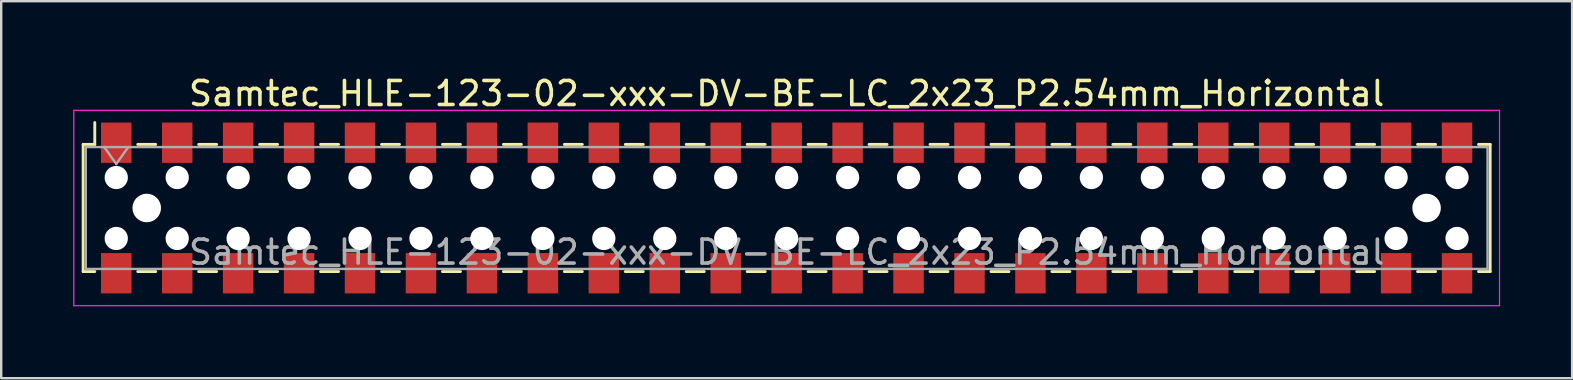
<source format=kicad_pcb>
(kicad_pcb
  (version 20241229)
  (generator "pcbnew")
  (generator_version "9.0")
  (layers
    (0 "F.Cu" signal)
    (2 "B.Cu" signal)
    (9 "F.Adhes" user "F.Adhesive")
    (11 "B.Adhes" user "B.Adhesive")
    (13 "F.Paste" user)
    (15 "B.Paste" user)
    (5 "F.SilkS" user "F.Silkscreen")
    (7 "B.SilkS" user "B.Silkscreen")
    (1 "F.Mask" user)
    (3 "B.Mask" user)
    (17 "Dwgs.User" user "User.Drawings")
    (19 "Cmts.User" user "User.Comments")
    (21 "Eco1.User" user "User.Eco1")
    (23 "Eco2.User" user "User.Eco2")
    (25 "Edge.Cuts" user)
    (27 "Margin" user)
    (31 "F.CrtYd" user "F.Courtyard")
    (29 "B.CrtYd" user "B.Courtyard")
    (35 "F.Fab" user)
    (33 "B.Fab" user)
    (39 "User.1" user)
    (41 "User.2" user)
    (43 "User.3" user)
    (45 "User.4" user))
  (footprint "Samtec_HLE-123-02-xxx-DV-BE-LC_2x23_P2.54mm_Horizontal"
    (layer "F.Cu")
    (at 29.735 5.618)
    (property "Reference" "Samtec_HLE-123-02-xxx-DV-BE-LC_2x23_P2.54mm_Horizontal" (at 0 -4.77 0) (layer "F.SilkS") (effects (font (size 1 1) (thickness 0.15))))
    (attr smd)
    (fp_line (start -29.32 -2.65) (end -29.32 2.65) (stroke (width 0.12) (type solid)) (layer "F.SilkS"))
    (fp_line (start -29.32 2.65) (end -28.835 2.65) (stroke (width 0.12) (type solid)) (layer "F.SilkS"))
    (fp_line (start -28.835 -3.56) (end -28.835 -2.65) (stroke (width 0.12) (type solid)) (layer "F.SilkS"))
    (fp_line (start -28.835 -2.65) (end -29.32 -2.65) (stroke (width 0.12) (type solid)) (layer "F.SilkS"))
    (fp_line (start -27.045 -2.65) (end -26.295 -2.65) (stroke (width 0.12) (type solid)) (layer "F.SilkS"))
    (fp_line (start -27.045 2.65) (end -26.295 2.65) (stroke (width 0.12) (type solid)) (layer "F.SilkS"))
    (fp_line (start -24.505 -2.65) (end -23.755 -2.65) (stroke (width 0.12) (type solid)) (layer "F.SilkS"))
    (fp_line (start -24.505 2.65) (end -23.755 2.65) (stroke (width 0.12) (type solid)) (layer "F.SilkS"))
    (fp_line (start -21.965 -2.65) (end -21.215 -2.65) (stroke (width 0.12) (type solid)) (layer "F.SilkS"))
    (fp_line (start -21.965 2.65) (end -21.215 2.65) (stroke (width 0.12) (type solid)) (layer "F.SilkS"))
    (fp_line (start -19.425 -2.65) (end -18.675 -2.65) (stroke (width 0.12) (type solid)) (layer "F.SilkS"))
    (fp_line (start -19.425 2.65) (end -18.675 2.65) (stroke (width 0.12) (type solid)) (layer "F.SilkS"))
    (fp_line (start -16.885 -2.65) (end -16.135 -2.65) (stroke (width 0.12) (type solid)) (layer "F.SilkS"))
    (fp_line (start -16.885 2.65) (end -16.135 2.65) (stroke (width 0.12) (type solid)) (layer "F.SilkS"))
    (fp_line (start -14.345 -2.65) (end -13.595 -2.65) (stroke (width 0.12) (type solid)) (layer "F.SilkS"))
    (fp_line (start -14.345 2.65) (end -13.595 2.65) (stroke (width 0.12) (type solid)) (layer "F.SilkS"))
    (fp_line (start -11.805 -2.65) (end -11.055 -2.65) (stroke (width 0.12) (type solid)) (layer "F.SilkS"))
    (fp_line (start -11.805 2.65) (end -11.055 2.65) (stroke (width 0.12) (type solid)) (layer "F.SilkS"))
    (fp_line (start -9.265 -2.65) (end -8.515 -2.65) (stroke (width 0.12) (type solid)) (layer "F.SilkS"))
    (fp_line (start -9.265 2.65) (end -8.515 2.65) (stroke (width 0.12) (type solid)) (layer "F.SilkS"))
    (fp_line (start -6.725 -2.65) (end -5.975 -2.65) (stroke (width 0.12) (type solid)) (layer "F.SilkS"))
    (fp_line (start -6.725 2.65) (end -5.975 2.65) (stroke (width 0.12) (type solid)) (layer "F.SilkS"))
    (fp_line (start -4.185 -2.65) (end -3.435 -2.65) (stroke (width 0.12) (type solid)) (layer "F.SilkS"))
    (fp_line (start -4.185 2.65) (end -3.435 2.65) (stroke (width 0.12) (type solid)) (layer "F.SilkS"))
    (fp_line (start -1.645 -2.65) (end -0.895 -2.65) (stroke (width 0.12) (type solid)) (layer "F.SilkS"))
    (fp_line (start -1.645 2.65) (end -0.895 2.65) (stroke (width 0.12) (type solid)) (layer "F.SilkS"))
    (fp_line (start 0.895 -2.65) (end 1.645 -2.65) (stroke (width 0.12) (type solid)) (layer "F.SilkS"))
    (fp_line (start 0.895 2.65) (end 1.645 2.65) (stroke (width 0.12) (type solid)) (layer "F.SilkS"))
    (fp_line (start 3.435 -2.65) (end 4.185 -2.65) (stroke (width 0.12) (type solid)) (layer "F.SilkS"))
    (fp_line (start 3.435 2.65) (end 4.185 2.65) (stroke (width 0.12) (type solid)) (layer "F.SilkS"))
    (fp_line (start 5.975 -2.65) (end 6.725 -2.65) (stroke (width 0.12) (type solid)) (layer "F.SilkS"))
    (fp_line (start 5.975 2.65) (end 6.725 2.65) (stroke (width 0.12) (type solid)) (layer "F.SilkS"))
    (fp_line (start 8.515 -2.65) (end 9.265 -2.65) (stroke (width 0.12) (type solid)) (layer "F.SilkS"))
    (fp_line (start 8.515 2.65) (end 9.265 2.65) (stroke (width 0.12) (type solid)) (layer "F.SilkS"))
    (fp_line (start 11.055 -2.65) (end 11.805 -2.65) (stroke (width 0.12) (type solid)) (layer "F.SilkS"))
    (fp_line (start 11.055 2.65) (end 11.805 2.65) (stroke (width 0.12) (type solid)) (layer "F.SilkS"))
    (fp_line (start 13.595 -2.65) (end 14.345 -2.65) (stroke (width 0.12) (type solid)) (layer "F.SilkS"))
    (fp_line (start 13.595 2.65) (end 14.345 2.65) (stroke (width 0.12) (type solid)) (layer "F.SilkS"))
    (fp_line (start 16.135 -2.65) (end 16.885 -2.65) (stroke (width 0.12) (type solid)) (layer "F.SilkS"))
    (fp_line (start 16.135 2.65) (end 16.885 2.65) (stroke (width 0.12) (type solid)) (layer "F.SilkS"))
    (fp_line (start 18.675 -2.65) (end 19.425 -2.65) (stroke (width 0.12) (type solid)) (layer "F.SilkS"))
    (fp_line (start 18.675 2.65) (end 19.425 2.65) (stroke (width 0.12) (type solid)) (layer "F.SilkS"))
    (fp_line (start 21.215 -2.65) (end 21.965 -2.65) (stroke (width 0.12) (type solid)) (layer "F.SilkS"))
    (fp_line (start 21.215 2.65) (end 21.965 2.65) (stroke (width 0.12) (type solid)) (layer "F.SilkS"))
    (fp_line (start 23.755 -2.65) (end 24.505 -2.65) (stroke (width 0.12) (type solid)) (layer "F.SilkS"))
    (fp_line (start 23.755 2.65) (end 24.505 2.65) (stroke (width 0.12) (type solid)) (layer "F.SilkS"))
    (fp_line (start 26.295 -2.65) (end 27.045 -2.65) (stroke (width 0.12) (type solid)) (layer "F.SilkS"))
    (fp_line (start 26.295 2.65) (end 27.045 2.65) (stroke (width 0.12) (type solid)) (layer "F.SilkS"))
    (fp_line (start 28.835 -2.65) (end 29.32 -2.65) (stroke (width 0.12) (type solid)) (layer "F.SilkS"))
    (fp_line (start 29.32 -2.65) (end 29.32 2.65) (stroke (width 0.12) (type solid)) (layer "F.SilkS"))
    (fp_line (start 29.32 2.65) (end 28.835 2.65) (stroke (width 0.12) (type solid)) (layer "F.SilkS"))
    (fp_line (start -29.71 -4.07) (end 29.71 -4.07) (stroke (width 0.05) (type solid)) (layer "F.CrtYd"))
    (fp_line (start -29.71 4.07) (end -29.71 -4.07) (stroke (width 0.05) (type solid)) (layer "F.CrtYd"))
    (fp_line (start 29.71 -4.07) (end 29.71 4.07) (stroke (width 0.05) (type solid)) (layer "F.CrtYd"))
    (fp_line (start 29.71 4.07) (end -29.71 4.07) (stroke (width 0.05) (type solid)) (layer "F.CrtYd"))
    (fp_line (start -29.21 -2.54) (end 29.21 -2.54) (stroke (width 0.1) (type solid)) (layer "F.Fab"))
    (fp_line (start -29.21 2.54) (end -29.21 -2.54) (stroke (width 0.1) (type solid)) (layer "F.Fab"))
    (fp_line (start -28.44 -2.54) (end -27.94 -1.833) (stroke (width 0.1) (type solid)) (layer "F.Fab"))
    (fp_line (start -27.94 -1.833) (end -27.44 -2.54) (stroke (width 0.1) (type solid)) (layer "F.Fab"))
    (fp_line (start 29.21 -2.54) (end 29.21 2.54) (stroke (width 0.1) (type solid)) (layer "F.Fab"))
    (fp_line (start 29.21 2.54) (end -29.21 2.54) (stroke (width 0.1) (type solid)) (layer "F.Fab"))
    (fp_text user "${REFERENCE}" (at 0 1.84 0) (layer "F.Fab") (effects (font (size 1 1) (thickness 0.15))))
    (pad "" np_thru_hole circle (at -27.94 -1.27) (size 0.97 0.97) (drill 0.97) (layers "*.Cu" "*.Mask"))
    (pad "" np_thru_hole circle (at -27.94 1.27) (size 0.97 0.97) (drill 0.97) (layers "*.Cu" "*.Mask"))
    (pad "" np_thru_hole circle (at -26.67 0) (size 1.19 1.19) (drill 1.19) (layers "*.Cu" "*.Mask"))
    (pad "" np_thru_hole circle (at -25.4 -1.27) (size 0.97 0.97) (drill 0.97) (layers "*.Cu" "*.Mask"))
    (pad "" np_thru_hole circle (at -25.4 1.27) (size 0.97 0.97) (drill 0.97) (layers "*.Cu" "*.Mask"))
    (pad "" np_thru_hole circle (at -22.86 -1.27) (size 0.97 0.97) (drill 0.97) (layers "*.Cu" "*.Mask"))
    (pad "" np_thru_hole circle (at -22.86 1.27) (size 0.97 0.97) (drill 0.97) (layers "*.Cu" "*.Mask"))
    (pad "" np_thru_hole circle (at -20.32 -1.27) (size 0.97 0.97) (drill 0.97) (layers "*.Cu" "*.Mask"))
    (pad "" np_thru_hole circle (at -20.32 1.27) (size 0.97 0.97) (drill 0.97) (layers "*.Cu" "*.Mask"))
    (pad "" np_thru_hole circle (at -17.78 -1.27) (size 0.97 0.97) (drill 0.97) (layers "*.Cu" "*.Mask"))
    (pad "" np_thru_hole circle (at -17.78 1.27) (size 0.97 0.97) (drill 0.97) (layers "*.Cu" "*.Mask"))
    (pad "" np_thru_hole circle (at -15.24 -1.27) (size 0.97 0.97) (drill 0.97) (layers "*.Cu" "*.Mask"))
    (pad "" np_thru_hole circle (at -15.24 1.27) (size 0.97 0.97) (drill 0.97) (layers "*.Cu" "*.Mask"))
    (pad "" np_thru_hole circle (at -12.7 -1.27) (size 0.97 0.97) (drill 0.97) (layers "*.Cu" "*.Mask"))
    (pad "" np_thru_hole circle (at -12.7 1.27) (size 0.97 0.97) (drill 0.97) (layers "*.Cu" "*.Mask"))
    (pad "" np_thru_hole circle (at -10.16 -1.27) (size 0.97 0.97) (drill 0.97) (layers "*.Cu" "*.Mask"))
    (pad "" np_thru_hole circle (at -10.16 1.27) (size 0.97 0.97) (drill 0.97) (layers "*.Cu" "*.Mask"))
    (pad "" np_thru_hole circle (at -7.62 -1.27) (size 0.97 0.97) (drill 0.97) (layers "*.Cu" "*.Mask"))
    (pad "" np_thru_hole circle (at -7.62 1.27) (size 0.97 0.97) (drill 0.97) (layers "*.Cu" "*.Mask"))
    (pad "" np_thru_hole circle (at -5.08 -1.27) (size 0.97 0.97) (drill 0.97) (layers "*.Cu" "*.Mask"))
    (pad "" np_thru_hole circle (at -5.08 1.27) (size 0.97 0.97) (drill 0.97) (layers "*.Cu" "*.Mask"))
    (pad "" np_thru_hole circle (at -2.54 -1.27) (size 0.97 0.97) (drill 0.97) (layers "*.Cu" "*.Mask"))
    (pad "" np_thru_hole circle (at -2.54 1.27) (size 0.97 0.97) (drill 0.97) (layers "*.Cu" "*.Mask"))
    (pad "" np_thru_hole circle (at 0 -1.27) (size 0.97 0.97) (drill 0.97) (layers "*.Cu" "*.Mask"))
    (pad "" np_thru_hole circle (at 0 1.27) (size 0.97 0.97) (drill 0.97) (layers "*.Cu" "*.Mask"))
    (pad "" np_thru_hole circle (at 2.54 -1.27) (size 0.97 0.97) (drill 0.97) (layers "*.Cu" "*.Mask"))
    (pad "" np_thru_hole circle (at 2.54 1.27) (size 0.97 0.97) (drill 0.97) (layers "*.Cu" "*.Mask"))
    (pad "" np_thru_hole circle (at 5.08 -1.27) (size 0.97 0.97) (drill 0.97) (layers "*.Cu" "*.Mask"))
    (pad "" np_thru_hole circle (at 5.08 1.27) (size 0.97 0.97) (drill 0.97) (layers "*.Cu" "*.Mask"))
    (pad "" np_thru_hole circle (at 7.62 -1.27) (size 0.97 0.97) (drill 0.97) (layers "*.Cu" "*.Mask"))
    (pad "" np_thru_hole circle (at 7.62 1.27) (size 0.97 0.97) (drill 0.97) (layers "*.Cu" "*.Mask"))
    (pad "" np_thru_hole circle (at 10.16 -1.27) (size 0.97 0.97) (drill 0.97) (layers "*.Cu" "*.Mask"))
    (pad "" np_thru_hole circle (at 10.16 1.27) (size 0.97 0.97) (drill 0.97) (layers "*.Cu" "*.Mask"))
    (pad "" np_thru_hole circle (at 12.7 -1.27) (size 0.97 0.97) (drill 0.97) (layers "*.Cu" "*.Mask"))
    (pad "" np_thru_hole circle (at 12.7 1.27) (size 0.97 0.97) (drill 0.97) (layers "*.Cu" "*.Mask"))
    (pad "" np_thru_hole circle (at 15.24 -1.27) (size 0.97 0.97) (drill 0.97) (layers "*.Cu" "*.Mask"))
    (pad "" np_thru_hole circle (at 15.24 1.27) (size 0.97 0.97) (drill 0.97) (layers "*.Cu" "*.Mask"))
    (pad "" np_thru_hole circle (at 17.78 -1.27) (size 0.97 0.97) (drill 0.97) (layers "*.Cu" "*.Mask"))
    (pad "" np_thru_hole circle (at 17.78 1.27) (size 0.97 0.97) (drill 0.97) (layers "*.Cu" "*.Mask"))
    (pad "" np_thru_hole circle (at 20.32 -1.27) (size 0.97 0.97) (drill 0.97) (layers "*.Cu" "*.Mask"))
    (pad "" np_thru_hole circle (at 20.32 1.27) (size 0.97 0.97) (drill 0.97) (layers "*.Cu" "*.Mask"))
    (pad "" np_thru_hole circle (at 22.86 -1.27) (size 0.97 0.97) (drill 0.97) (layers "*.Cu" "*.Mask"))
    (pad "" np_thru_hole circle (at 22.86 1.27) (size 0.97 0.97) (drill 0.97) (layers "*.Cu" "*.Mask"))
    (pad "" np_thru_hole circle (at 25.4 -1.27) (size 0.97 0.97) (drill 0.97) (layers "*.Cu" "*.Mask"))
    (pad "" np_thru_hole circle (at 25.4 1.27) (size 0.97 0.97) (drill 0.97) (layers "*.Cu" "*.Mask"))
    (pad "" np_thru_hole circle (at 26.67 0) (size 1.19 1.19) (drill 1.19) (layers "*.Cu" "*.Mask"))
    (pad "" np_thru_hole circle (at 27.94 -1.27) (size 0.97 0.97) (drill 0.97) (layers "*.Cu" "*.Mask"))
    (pad "" np_thru_hole circle (at 27.94 1.27) (size 0.97 0.97) (drill 0.97) (layers "*.Cu" "*.Mask"))
    (pad "1" smd rect (at -27.94 -2.72) (size 1.27 1.68) (layers "F.Cu" "F.Mask" "F.Paste"))
    (pad "2" smd rect (at -27.94 2.72) (size 1.27 1.68) (layers "F.Cu" "F.Mask" "F.Paste"))
    (pad "3" smd rect (at -25.4 -2.72) (size 1.27 1.68) (layers "F.Cu" "F.Mask" "F.Paste"))
    (pad "4" smd rect (at -25.4 2.72) (size 1.27 1.68) (layers "F.Cu" "F.Mask" "F.Paste"))
    (pad "5" smd rect (at -22.86 -2.72) (size 1.27 1.68) (layers "F.Cu" "F.Mask" "F.Paste"))
    (pad "6" smd rect (at -22.86 2.72) (size 1.27 1.68) (layers "F.Cu" "F.Mask" "F.Paste"))
    (pad "7" smd rect (at -20.32 -2.72) (size 1.27 1.68) (layers "F.Cu" "F.Mask" "F.Paste"))
    (pad "8" smd rect (at -20.32 2.72) (size 1.27 1.68) (layers "F.Cu" "F.Mask" "F.Paste"))
    (pad "9" smd rect (at -17.78 -2.72) (size 1.27 1.68) (layers "F.Cu" "F.Mask" "F.Paste"))
    (pad "10" smd rect (at -17.78 2.72) (size 1.27 1.68) (layers "F.Cu" "F.Mask" "F.Paste"))
    (pad "11" smd rect (at -15.24 -2.72) (size 1.27 1.68) (layers "F.Cu" "F.Mask" "F.Paste"))
    (pad "12" smd rect (at -15.24 2.72) (size 1.27 1.68) (layers "F.Cu" "F.Mask" "F.Paste"))
    (pad "13" smd rect (at -12.7 -2.72) (size 1.27 1.68) (layers "F.Cu" "F.Mask" "F.Paste"))
    (pad "14" smd rect (at -12.7 2.72) (size 1.27 1.68) (layers "F.Cu" "F.Mask" "F.Paste"))
    (pad "15" smd rect (at -10.16 -2.72) (size 1.27 1.68) (layers "F.Cu" "F.Mask" "F.Paste"))
    (pad "16" smd rect (at -10.16 2.72) (size 1.27 1.68) (layers "F.Cu" "F.Mask" "F.Paste"))
    (pad "17" smd rect (at -7.62 -2.72) (size 1.27 1.68) (layers "F.Cu" "F.Mask" "F.Paste"))
    (pad "18" smd rect (at -7.62 2.72) (size 1.27 1.68) (layers "F.Cu" "F.Mask" "F.Paste"))
    (pad "19" smd rect (at -5.08 -2.72) (size 1.27 1.68) (layers "F.Cu" "F.Mask" "F.Paste"))
    (pad "20" smd rect (at -5.08 2.72) (size 1.27 1.68) (layers "F.Cu" "F.Mask" "F.Paste"))
    (pad "21" smd rect (at -2.54 -2.72) (size 1.27 1.68) (layers "F.Cu" "F.Mask" "F.Paste"))
    (pad "22" smd rect (at -2.54 2.72) (size 1.27 1.68) (layers "F.Cu" "F.Mask" "F.Paste"))
    (pad "23" smd rect (at 0 -2.72) (size 1.27 1.68) (layers "F.Cu" "F.Mask" "F.Paste"))
    (pad "24" smd rect (at 0 2.72) (size 1.27 1.68) (layers "F.Cu" "F.Mask" "F.Paste"))
    (pad "25" smd rect (at 2.54 -2.72) (size 1.27 1.68) (layers "F.Cu" "F.Mask" "F.Paste"))
    (pad "26" smd rect (at 2.54 2.72) (size 1.27 1.68) (layers "F.Cu" "F.Mask" "F.Paste"))
    (pad "27" smd rect (at 5.08 -2.72) (size 1.27 1.68) (layers "F.Cu" "F.Mask" "F.Paste"))
    (pad "28" smd rect (at 5.08 2.72) (size 1.27 1.68) (layers "F.Cu" "F.Mask" "F.Paste"))
    (pad "29" smd rect (at 7.62 -2.72) (size 1.27 1.68) (layers "F.Cu" "F.Mask" "F.Paste"))
    (pad "30" smd rect (at 7.62 2.72) (size 1.27 1.68) (layers "F.Cu" "F.Mask" "F.Paste"))
    (pad "31" smd rect (at 10.16 -2.72) (size 1.27 1.68) (layers "F.Cu" "F.Mask" "F.Paste"))
    (pad "32" smd rect (at 10.16 2.72) (size 1.27 1.68) (layers "F.Cu" "F.Mask" "F.Paste"))
    (pad "33" smd rect (at 12.7 -2.72) (size 1.27 1.68) (layers "F.Cu" "F.Mask" "F.Paste"))
    (pad "34" smd rect (at 12.7 2.72) (size 1.27 1.68) (layers "F.Cu" "F.Mask" "F.Paste"))
    (pad "35" smd rect (at 15.24 -2.72) (size 1.27 1.68) (layers "F.Cu" "F.Mask" "F.Paste"))
    (pad "36" smd rect (at 15.24 2.72) (size 1.27 1.68) (layers "F.Cu" "F.Mask" "F.Paste"))
    (pad "37" smd rect (at 17.78 -2.72) (size 1.27 1.68) (layers "F.Cu" "F.Mask" "F.Paste"))
    (pad "38" smd rect (at 17.78 2.72) (size 1.27 1.68) (layers "F.Cu" "F.Mask" "F.Paste"))
    (pad "39" smd rect (at 20.32 -2.72) (size 1.27 1.68) (layers "F.Cu" "F.Mask" "F.Paste"))
    (pad "40" smd rect (at 20.32 2.72) (size 1.27 1.68) (layers "F.Cu" "F.Mask" "F.Paste"))
    (pad "41" smd rect (at 22.86 -2.72) (size 1.27 1.68) (layers "F.Cu" "F.Mask" "F.Paste"))
    (pad "42" smd rect (at 22.86 2.72) (size 1.27 1.68) (layers "F.Cu" "F.Mask" "F.Paste"))
    (pad "43" smd rect (at 25.4 -2.72) (size 1.27 1.68) (layers "F.Cu" "F.Mask" "F.Paste"))
    (pad "44" smd rect (at 25.4 2.72) (size 1.27 1.68) (layers "F.Cu" "F.Mask" "F.Paste"))
    (pad "45" smd rect (at 27.94 -2.72) (size 1.27 1.68) (layers "F.Cu" "F.Mask" "F.Paste"))
    (pad "46" smd rect (at 27.94 2.72) (size 1.27 1.68) (layers "F.Cu" "F.Mask" "F.Paste")))
  (gr_rect
    (start -3 -3)
    (end 62.47 12.713)
    (stroke (width 0.1) (type default))
    (fill no)
    (layer "Edge.Cuts")))
</source>
